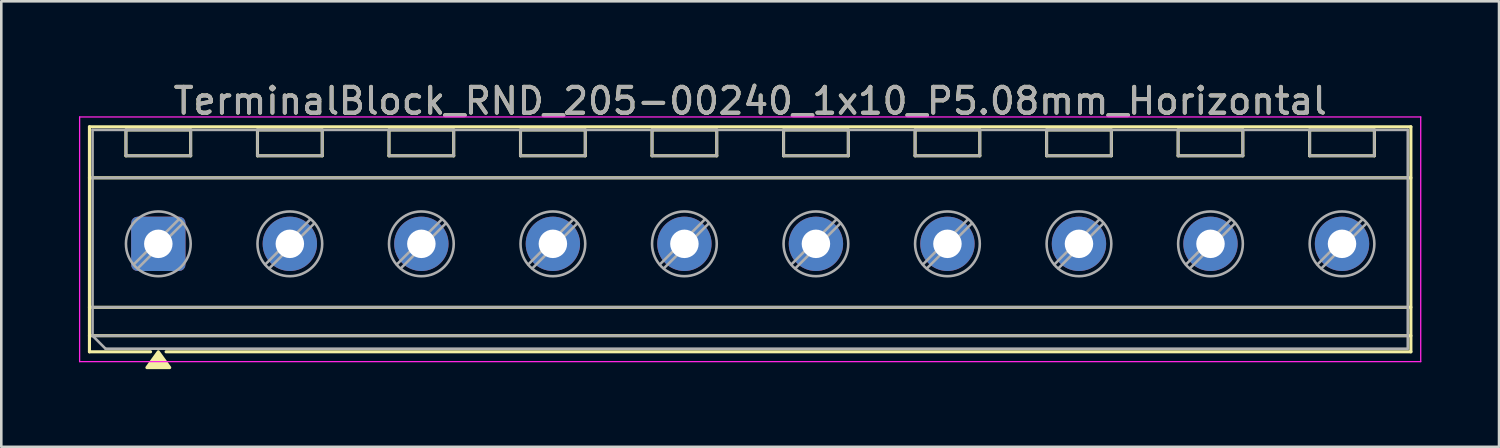
<source format=kicad_pcb>
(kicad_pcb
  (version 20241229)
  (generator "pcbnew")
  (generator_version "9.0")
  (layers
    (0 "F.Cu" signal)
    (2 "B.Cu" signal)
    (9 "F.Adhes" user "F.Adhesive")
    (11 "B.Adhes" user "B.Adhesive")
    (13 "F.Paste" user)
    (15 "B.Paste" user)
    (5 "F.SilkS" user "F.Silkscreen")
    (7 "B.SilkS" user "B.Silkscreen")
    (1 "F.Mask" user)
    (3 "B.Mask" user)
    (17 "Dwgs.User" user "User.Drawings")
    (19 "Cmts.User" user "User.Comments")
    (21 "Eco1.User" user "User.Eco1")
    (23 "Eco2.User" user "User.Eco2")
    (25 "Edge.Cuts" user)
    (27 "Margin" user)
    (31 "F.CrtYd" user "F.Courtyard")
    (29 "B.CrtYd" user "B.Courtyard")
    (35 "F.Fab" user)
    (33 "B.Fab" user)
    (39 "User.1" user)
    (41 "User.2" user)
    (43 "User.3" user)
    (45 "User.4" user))
  (footprint "TerminalBlock_RND_205-00240_1x10_P5.08mm_Horizontal"
    (layer "F.Cu")
    (at 3.065 6.368)
    (property "Reference" "TerminalBlock_RND_205-00240_1x10_P5.08mm_Horizontal" (at 22.86 -5.52 0) (layer "F.SilkS") (effects (font (size 1 1) (thickness 0.15))))
    (attr through_hole)
    (fp_line (start -2.66 -4.52) (end 48.38 -4.52) (stroke (width 0.12) (type solid)) (layer "F.SilkS"))
    (fp_line (start -2.66 -2.55) (end 48.38 -2.55) (stroke (width 0.12) (type solid)) (layer "F.SilkS"))
    (fp_line (start -2.66 2.45) (end 48.38 2.45) (stroke (width 0.12) (type solid)) (layer "F.SilkS"))
    (fp_line (start -2.66 3.55) (end 48.38 3.55) (stroke (width 0.12) (type solid)) (layer "F.SilkS"))
    (fp_line (start -2.66 4.17) (end -2.66 -4.52) (stroke (width 0.12) (type solid)) (layer "F.SilkS"))
    (fp_line (start -1.25 -4.4) (end 1.25 -4.4) (stroke (width 0.12) (type solid)) (layer "F.SilkS"))
    (fp_line (start -1.25 -3.4) (end -1.25 -4.4) (stroke (width 0.12) (type solid)) (layer "F.SilkS"))
    (fp_line (start -0.3 4.17) (end -2.66 4.17) (stroke (width 0.12) (type solid)) (layer "F.SilkS"))
    (fp_line (start 1.25 -4.4) (end 1.25 -3.4) (stroke (width 0.12) (type solid)) (layer "F.SilkS"))
    (fp_line (start 1.25 -3.4) (end -1.25 -3.4) (stroke (width 0.12) (type solid)) (layer "F.SilkS"))
    (fp_line (start 3.83 -4.4) (end 6.33 -4.4) (stroke (width 0.12) (type solid)) (layer "F.SilkS"))
    (fp_line (start 3.83 -3.4) (end 3.83 -4.4) (stroke (width 0.12) (type solid)) (layer "F.SilkS"))
    (fp_line (start 6.33 -4.4) (end 6.33 -3.4) (stroke (width 0.12) (type solid)) (layer "F.SilkS"))
    (fp_line (start 6.33 -3.4) (end 3.83 -3.4) (stroke (width 0.12) (type solid)) (layer "F.SilkS"))
    (fp_line (start 8.91 -4.4) (end 11.41 -4.4) (stroke (width 0.12) (type solid)) (layer "F.SilkS"))
    (fp_line (start 8.91 -3.4) (end 8.91 -4.4) (stroke (width 0.12) (type solid)) (layer "F.SilkS"))
    (fp_line (start 11.41 -4.4) (end 11.41 -3.4) (stroke (width 0.12) (type solid)) (layer "F.SilkS"))
    (fp_line (start 11.41 -3.4) (end 8.91 -3.4) (stroke (width 0.12) (type solid)) (layer "F.SilkS"))
    (fp_line (start 13.99 -4.4) (end 16.49 -4.4) (stroke (width 0.12) (type solid)) (layer "F.SilkS"))
    (fp_line (start 13.99 -3.4) (end 13.99 -4.4) (stroke (width 0.12) (type solid)) (layer "F.SilkS"))
    (fp_line (start 16.49 -4.4) (end 16.49 -3.4) (stroke (width 0.12) (type solid)) (layer "F.SilkS"))
    (fp_line (start 16.49 -3.4) (end 13.99 -3.4) (stroke (width 0.12) (type solid)) (layer "F.SilkS"))
    (fp_line (start 19.07 -4.4) (end 21.57 -4.4) (stroke (width 0.12) (type solid)) (layer "F.SilkS"))
    (fp_line (start 19.07 -3.4) (end 19.07 -4.4) (stroke (width 0.12) (type solid)) (layer "F.SilkS"))
    (fp_line (start 21.57 -4.4) (end 21.57 -3.4) (stroke (width 0.12) (type solid)) (layer "F.SilkS"))
    (fp_line (start 21.57 -3.4) (end 19.07 -3.4) (stroke (width 0.12) (type solid)) (layer "F.SilkS"))
    (fp_line (start 24.15 -4.4) (end 26.65 -4.4) (stroke (width 0.12) (type solid)) (layer "F.SilkS"))
    (fp_line (start 24.15 -3.4) (end 24.15 -4.4) (stroke (width 0.12) (type solid)) (layer "F.SilkS"))
    (fp_line (start 26.65 -4.4) (end 26.65 -3.4) (stroke (width 0.12) (type solid)) (layer "F.SilkS"))
    (fp_line (start 26.65 -3.4) (end 24.15 -3.4) (stroke (width 0.12) (type solid)) (layer "F.SilkS"))
    (fp_line (start 29.23 -4.4) (end 31.73 -4.4) (stroke (width 0.12) (type solid)) (layer "F.SilkS"))
    (fp_line (start 29.23 -3.4) (end 29.23 -4.4) (stroke (width 0.12) (type solid)) (layer "F.SilkS"))
    (fp_line (start 31.73 -4.4) (end 31.73 -3.4) (stroke (width 0.12) (type solid)) (layer "F.SilkS"))
    (fp_line (start 31.73 -3.4) (end 29.23 -3.4) (stroke (width 0.12) (type solid)) (layer "F.SilkS"))
    (fp_line (start 34.31 -4.4) (end 36.81 -4.4) (stroke (width 0.12) (type solid)) (layer "F.SilkS"))
    (fp_line (start 34.31 -3.4) (end 34.31 -4.4) (stroke (width 0.12) (type solid)) (layer "F.SilkS"))
    (fp_line (start 36.81 -4.4) (end 36.81 -3.4) (stroke (width 0.12) (type solid)) (layer "F.SilkS"))
    (fp_line (start 36.81 -3.4) (end 34.31 -3.4) (stroke (width 0.12) (type solid)) (layer "F.SilkS"))
    (fp_line (start 39.39 -4.4) (end 41.89 -4.4) (stroke (width 0.12) (type solid)) (layer "F.SilkS"))
    (fp_line (start 39.39 -3.4) (end 39.39 -4.4) (stroke (width 0.12) (type solid)) (layer "F.SilkS"))
    (fp_line (start 41.89 -4.4) (end 41.89 -3.4) (stroke (width 0.12) (type solid)) (layer "F.SilkS"))
    (fp_line (start 41.89 -3.4) (end 39.39 -3.4) (stroke (width 0.12) (type solid)) (layer "F.SilkS"))
    (fp_line (start 44.47 -4.4) (end 46.97 -4.4) (stroke (width 0.12) (type solid)) (layer "F.SilkS"))
    (fp_line (start 44.47 -3.4) (end 44.47 -4.4) (stroke (width 0.12) (type solid)) (layer "F.SilkS"))
    (fp_line (start 46.97 -4.4) (end 46.97 -3.4) (stroke (width 0.12) (type solid)) (layer "F.SilkS"))
    (fp_line (start 46.97 -3.4) (end 44.47 -3.4) (stroke (width 0.12) (type solid)) (layer "F.SilkS"))
    (fp_line (start 48.38 -4.52) (end 48.38 4.17) (stroke (width 0.12) (type solid)) (layer "F.SilkS"))
    (fp_line (start 48.38 4.17) (end 0.3 4.17) (stroke (width 0.12) (type solid)) (layer "F.SilkS"))
    (fp_poly (pts (xy 0 4.17) (xy 0.44 4.78) (xy -0.44 4.78)) (stroke (width 0.12) (type solid)) (fill yes) (layer "F.SilkS"))
    (fp_line (start -3.04 -4.9) (end -3.04 4.55) (stroke (width 0.05) (type solid)) (layer "F.CrtYd"))
    (fp_line (start -3.04 4.55) (end 48.76 4.55) (stroke (width 0.05) (type solid)) (layer "F.CrtYd"))
    (fp_line (start 48.76 -4.9) (end -3.04 -4.9) (stroke (width 0.05) (type solid)) (layer "F.CrtYd"))
    (fp_line (start 48.76 4.55) (end 48.76 -4.9) (stroke (width 0.05) (type solid)) (layer "F.CrtYd"))
    (fp_line (start -2.54 -4.4) (end 48.26 -4.4) (stroke (width 0.1) (type solid)) (layer "F.Fab"))
    (fp_line (start -2.54 -2.55) (end 48.26 -2.55) (stroke (width 0.1) (type solid)) (layer "F.Fab"))
    (fp_line (start -2.54 2.45) (end 48.26 2.45) (stroke (width 0.1) (type solid)) (layer "F.Fab"))
    (fp_line (start -2.54 3.55) (end -2.54 -4.4) (stroke (width 0.1) (type solid)) (layer "F.Fab"))
    (fp_line (start -2.54 3.55) (end 48.26 3.55) (stroke (width 0.1) (type solid)) (layer "F.Fab"))
    (fp_line (start -2.04 4.05) (end -2.54 3.55) (stroke (width 0.1) (type solid)) (layer "F.Fab"))
    (fp_line (start -1.25 -4.4) (end -1.25 -3.4) (stroke (width 0.1) (type solid)) (layer "F.Fab"))
    (fp_line (start -1.25 -3.4) (end 1.25 -3.4) (stroke (width 0.1) (type solid)) (layer "F.Fab"))
    (fp_line (start 0.795 -0.948) (end -0.948 0.795) (stroke (width 0.1) (type solid)) (layer "F.Fab"))
    (fp_line (start 0.948 -0.795) (end -0.795 0.948) (stroke (width 0.1) (type solid)) (layer "F.Fab"))
    (fp_line (start 1.25 -4.4) (end -1.25 -4.4) (stroke (width 0.1) (type solid)) (layer "F.Fab"))
    (fp_line (start 1.25 -3.4) (end 1.25 -4.4) (stroke (width 0.1) (type solid)) (layer "F.Fab"))
    (fp_line (start 3.83 -4.4) (end 3.83 -3.4) (stroke (width 0.1) (type solid)) (layer "F.Fab"))
    (fp_line (start 3.83 -3.4) (end 6.33 -3.4) (stroke (width 0.1) (type solid)) (layer "F.Fab"))
    (fp_line (start 5.875 -0.948) (end 4.132 0.795) (stroke (width 0.1) (type solid)) (layer "F.Fab"))
    (fp_line (start 6.028 -0.795) (end 4.285 0.948) (stroke (width 0.1) (type solid)) (layer "F.Fab"))
    (fp_line (start 6.33 -4.4) (end 3.83 -4.4) (stroke (width 0.1) (type solid)) (layer "F.Fab"))
    (fp_line (start 6.33 -3.4) (end 6.33 -4.4) (stroke (width 0.1) (type solid)) (layer "F.Fab"))
    (fp_line (start 8.91 -4.4) (end 8.91 -3.4) (stroke (width 0.1) (type solid)) (layer "F.Fab"))
    (fp_line (start 8.91 -3.4) (end 11.41 -3.4) (stroke (width 0.1) (type solid)) (layer "F.Fab"))
    (fp_line (start 10.955 -0.948) (end 9.212 0.795) (stroke (width 0.1) (type solid)) (layer "F.Fab"))
    (fp_line (start 11.108 -0.795) (end 9.365 0.948) (stroke (width 0.1) (type solid)) (layer "F.Fab"))
    (fp_line (start 11.41 -4.4) (end 8.91 -4.4) (stroke (width 0.1) (type solid)) (layer "F.Fab"))
    (fp_line (start 11.41 -3.4) (end 11.41 -4.4) (stroke (width 0.1) (type solid)) (layer "F.Fab"))
    (fp_line (start 13.99 -4.4) (end 13.99 -3.4) (stroke (width 0.1) (type solid)) (layer "F.Fab"))
    (fp_line (start 13.99 -3.4) (end 16.49 -3.4) (stroke (width 0.1) (type solid)) (layer "F.Fab"))
    (fp_line (start 16.035 -0.948) (end 14.292 0.795) (stroke (width 0.1) (type solid)) (layer "F.Fab"))
    (fp_line (start 16.188 -0.795) (end 14.445 0.948) (stroke (width 0.1) (type solid)) (layer "F.Fab"))
    (fp_line (start 16.49 -4.4) (end 13.99 -4.4) (stroke (width 0.1) (type solid)) (layer "F.Fab"))
    (fp_line (start 16.49 -3.4) (end 16.49 -4.4) (stroke (width 0.1) (type solid)) (layer "F.Fab"))
    (fp_line (start 19.07 -4.4) (end 19.07 -3.4) (stroke (width 0.1) (type solid)) (layer "F.Fab"))
    (fp_line (start 19.07 -3.4) (end 21.57 -3.4) (stroke (width 0.1) (type solid)) (layer "F.Fab"))
    (fp_line (start 21.115 -0.948) (end 19.372 0.795) (stroke (width 0.1) (type solid)) (layer "F.Fab"))
    (fp_line (start 21.268 -0.795) (end 19.525 0.948) (stroke (width 0.1) (type solid)) (layer "F.Fab"))
    (fp_line (start 21.57 -4.4) (end 19.07 -4.4) (stroke (width 0.1) (type solid)) (layer "F.Fab"))
    (fp_line (start 21.57 -3.4) (end 21.57 -4.4) (stroke (width 0.1) (type solid)) (layer "F.Fab"))
    (fp_line (start 24.15 -4.4) (end 24.15 -3.4) (stroke (width 0.1) (type solid)) (layer "F.Fab"))
    (fp_line (start 24.15 -3.4) (end 26.65 -3.4) (stroke (width 0.1) (type solid)) (layer "F.Fab"))
    (fp_line (start 26.195 -0.948) (end 24.452 0.795) (stroke (width 0.1) (type solid)) (layer "F.Fab"))
    (fp_line (start 26.348 -0.795) (end 24.605 0.948) (stroke (width 0.1) (type solid)) (layer "F.Fab"))
    (fp_line (start 26.65 -4.4) (end 24.15 -4.4) (stroke (width 0.1) (type solid)) (layer "F.Fab"))
    (fp_line (start 26.65 -3.4) (end 26.65 -4.4) (stroke (width 0.1) (type solid)) (layer "F.Fab"))
    (fp_line (start 29.23 -4.4) (end 29.23 -3.4) (stroke (width 0.1) (type solid)) (layer "F.Fab"))
    (fp_line (start 29.23 -3.4) (end 31.73 -3.4) (stroke (width 0.1) (type solid)) (layer "F.Fab"))
    (fp_line (start 31.275 -0.948) (end 29.532 0.795) (stroke (width 0.1) (type solid)) (layer "F.Fab"))
    (fp_line (start 31.428 -0.795) (end 29.685 0.948) (stroke (width 0.1) (type solid)) (layer "F.Fab"))
    (fp_line (start 31.73 -4.4) (end 29.23 -4.4) (stroke (width 0.1) (type solid)) (layer "F.Fab"))
    (fp_line (start 31.73 -3.4) (end 31.73 -4.4) (stroke (width 0.1) (type solid)) (layer "F.Fab"))
    (fp_line (start 34.31 -4.4) (end 34.31 -3.4) (stroke (width 0.1) (type solid)) (layer "F.Fab"))
    (fp_line (start 34.31 -3.4) (end 36.81 -3.4) (stroke (width 0.1) (type solid)) (layer "F.Fab"))
    (fp_line (start 36.355 -0.948) (end 34.612 0.795) (stroke (width 0.1) (type solid)) (layer "F.Fab"))
    (fp_line (start 36.508 -0.795) (end 34.765 0.948) (stroke (width 0.1) (type solid)) (layer "F.Fab"))
    (fp_line (start 36.81 -4.4) (end 34.31 -4.4) (stroke (width 0.1) (type solid)) (layer "F.Fab"))
    (fp_line (start 36.81 -3.4) (end 36.81 -4.4) (stroke (width 0.1) (type solid)) (layer "F.Fab"))
    (fp_line (start 39.39 -4.4) (end 39.39 -3.4) (stroke (width 0.1) (type solid)) (layer "F.Fab"))
    (fp_line (start 39.39 -3.4) (end 41.89 -3.4) (stroke (width 0.1) (type solid)) (layer "F.Fab"))
    (fp_line (start 41.435 -0.948) (end 39.692 0.795) (stroke (width 0.1) (type solid)) (layer "F.Fab"))
    (fp_line (start 41.588 -0.795) (end 39.845 0.948) (stroke (width 0.1) (type solid)) (layer "F.Fab"))
    (fp_line (start 41.89 -4.4) (end 39.39 -4.4) (stroke (width 0.1) (type solid)) (layer "F.Fab"))
    (fp_line (start 41.89 -3.4) (end 41.89 -4.4) (stroke (width 0.1) (type solid)) (layer "F.Fab"))
    (fp_line (start 44.47 -4.4) (end 44.47 -3.4) (stroke (width 0.1) (type solid)) (layer "F.Fab"))
    (fp_line (start 44.47 -3.4) (end 46.97 -3.4) (stroke (width 0.1) (type solid)) (layer "F.Fab"))
    (fp_line (start 46.515 -0.948) (end 44.772 0.795) (stroke (width 0.1) (type solid)) (layer "F.Fab"))
    (fp_line (start 46.668 -0.795) (end 44.925 0.948) (stroke (width 0.1) (type solid)) (layer "F.Fab"))
    (fp_line (start 46.97 -4.4) (end 44.47 -4.4) (stroke (width 0.1) (type solid)) (layer "F.Fab"))
    (fp_line (start 46.97 -3.4) (end 46.97 -4.4) (stroke (width 0.1) (type solid)) (layer "F.Fab"))
    (fp_line (start 48.26 -4.4) (end 48.26 4.05) (stroke (width 0.1) (type solid)) (layer "F.Fab"))
    (fp_line (start 48.26 4.05) (end -2.04 4.05) (stroke (width 0.1) (type solid)) (layer "F.Fab"))
    (fp_circle (center 0 0) (end 1.25 0) (stroke (width 0.1) (type solid)) (fill no) (layer "F.Fab"))
    (fp_circle (center 5.08 0) (end 6.33 0) (stroke (width 0.1) (type solid)) (fill no) (layer "F.Fab"))
    (fp_circle (center 10.16 0) (end 11.41 0) (stroke (width 0.1) (type solid)) (fill no) (layer "F.Fab"))
    (fp_circle (center 15.24 0) (end 16.49 0) (stroke (width 0.1) (type solid)) (fill no) (layer "F.Fab"))
    (fp_circle (center 20.32 0) (end 21.57 0) (stroke (width 0.1) (type solid)) (fill no) (layer "F.Fab"))
    (fp_circle (center 25.4 0) (end 26.65 0) (stroke (width 0.1) (type solid)) (fill no) (layer "F.Fab"))
    (fp_circle (center 30.48 0) (end 31.73 0) (stroke (width 0.1) (type solid)) (fill no) (layer "F.Fab"))
    (fp_circle (center 35.56 0) (end 36.81 0) (stroke (width 0.1) (type solid)) (fill no) (layer "F.Fab"))
    (fp_circle (center 40.64 0) (end 41.89 0) (stroke (width 0.1) (type solid)) (fill no) (layer "F.Fab"))
    (fp_circle (center 45.72 0) (end 46.97 0) (stroke (width 0.1) (type solid)) (fill no) (layer "F.Fab"))
    (fp_text user "${REFERENCE}" (at 22.86 -5.52 0) (layer "F.Fab") (effects (font (size 1 1) (thickness 0.15))))
    (pad "1" thru_hole roundrect (at 0 0) (size 2.1 2.1) (drill 1.1) (layers "*.Cu" "*.Mask") (roundrect_rratio 0.119))
    (pad "2" thru_hole circle (at 5.08 0) (size 2.1 2.1) (drill 1.1) (layers "*.Cu" "*.Mask"))
    (pad "3" thru_hole circle (at 10.16 0) (size 2.1 2.1) (drill 1.1) (layers "*.Cu" "*.Mask"))
    (pad "4" thru_hole circle (at 15.24 0) (size 2.1 2.1) (drill 1.1) (layers "*.Cu" "*.Mask"))
    (pad "5" thru_hole circle (at 20.32 0) (size 2.1 2.1) (drill 1.1) (layers "*.Cu" "*.Mask"))
    (pad "6" thru_hole circle (at 25.4 0) (size 2.1 2.1) (drill 1.1) (layers "*.Cu" "*.Mask"))
    (pad "7" thru_hole circle (at 30.48 0) (size 2.1 2.1) (drill 1.1) (layers "*.Cu" "*.Mask"))
    (pad "8" thru_hole circle (at 35.56 0) (size 2.1 2.1) (drill 1.1) (layers "*.Cu" "*.Mask"))
    (pad "9" thru_hole circle (at 40.64 0) (size 2.1 2.1) (drill 1.1) (layers "*.Cu" "*.Mask"))
    (pad "10" thru_hole circle (at 45.72 0) (size 2.1 2.1) (drill 1.1) (layers "*.Cu" "*.Mask")))
  (gr_rect
    (start -3 -3)
    (end 54.85 14.208)
    (stroke (width 0.1) (type default))
    (fill no)
    (layer "Edge.Cuts")))
</source>
